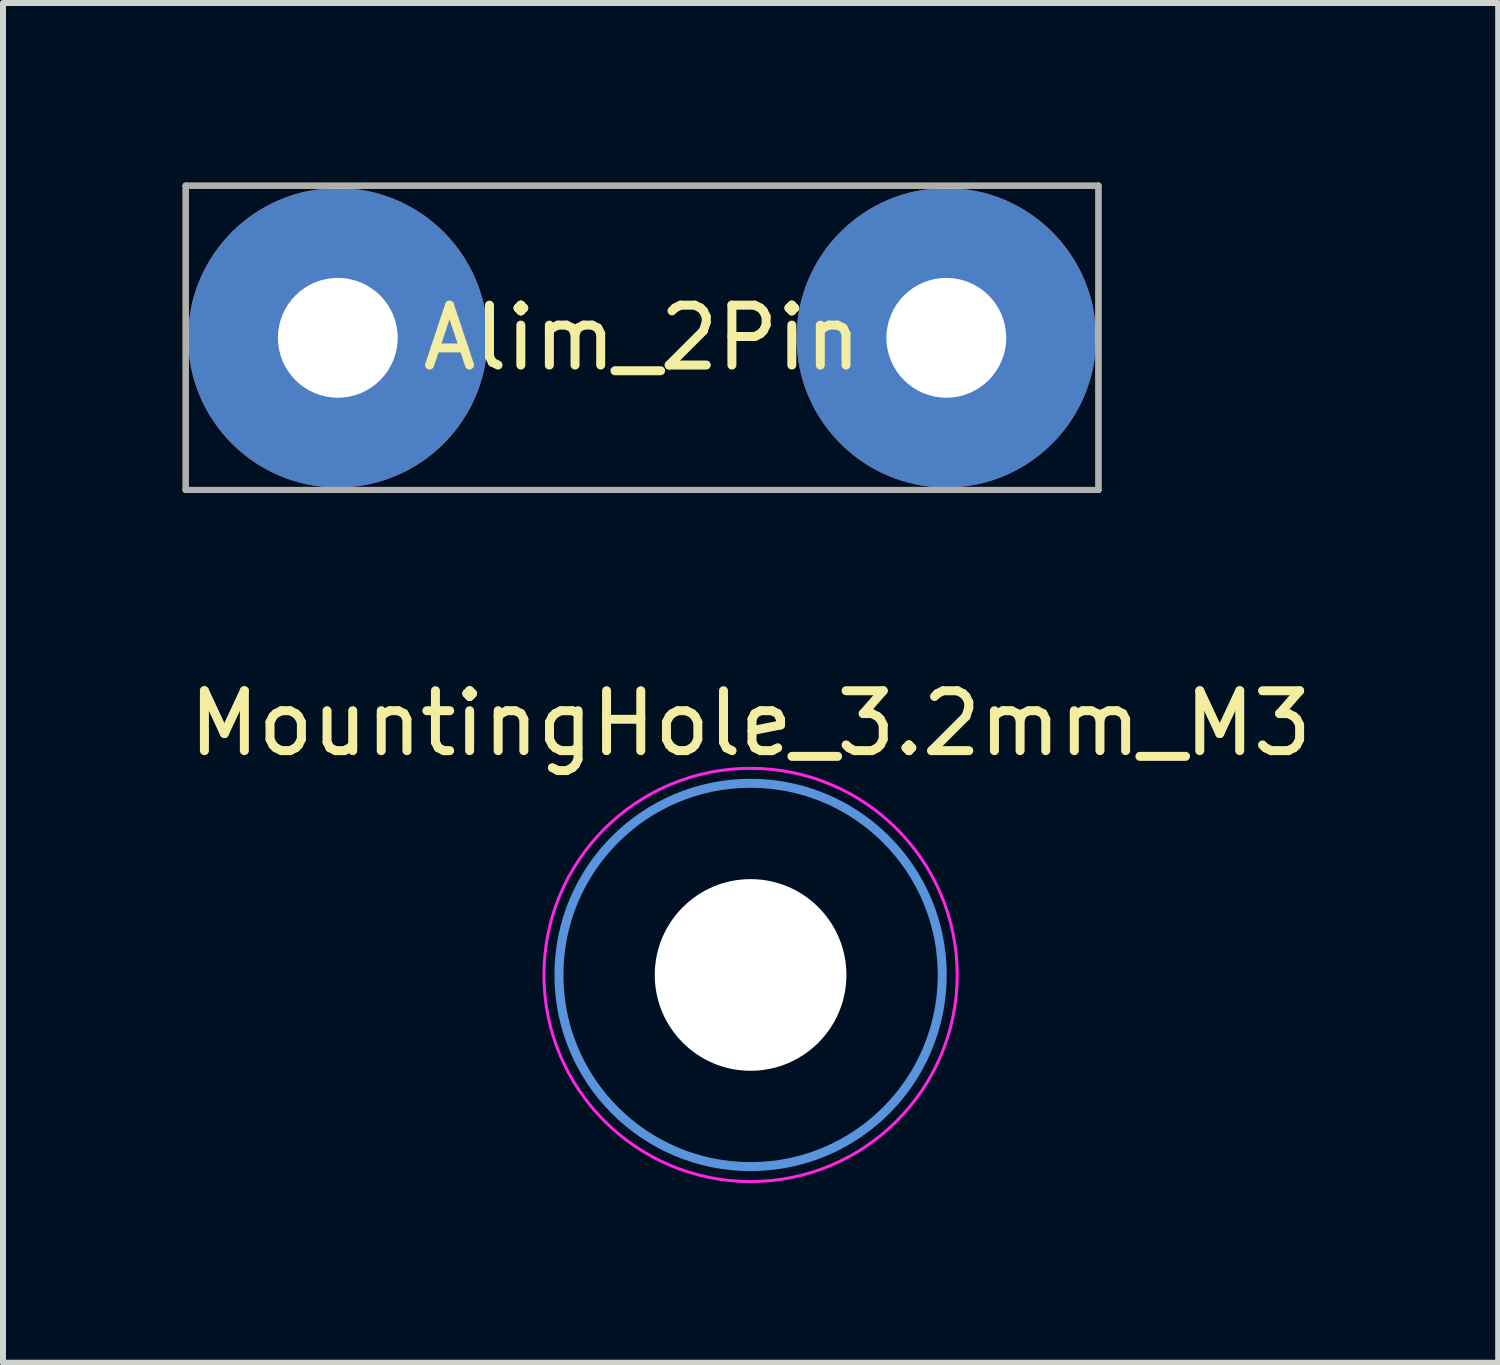
<source format=kicad_pcb>
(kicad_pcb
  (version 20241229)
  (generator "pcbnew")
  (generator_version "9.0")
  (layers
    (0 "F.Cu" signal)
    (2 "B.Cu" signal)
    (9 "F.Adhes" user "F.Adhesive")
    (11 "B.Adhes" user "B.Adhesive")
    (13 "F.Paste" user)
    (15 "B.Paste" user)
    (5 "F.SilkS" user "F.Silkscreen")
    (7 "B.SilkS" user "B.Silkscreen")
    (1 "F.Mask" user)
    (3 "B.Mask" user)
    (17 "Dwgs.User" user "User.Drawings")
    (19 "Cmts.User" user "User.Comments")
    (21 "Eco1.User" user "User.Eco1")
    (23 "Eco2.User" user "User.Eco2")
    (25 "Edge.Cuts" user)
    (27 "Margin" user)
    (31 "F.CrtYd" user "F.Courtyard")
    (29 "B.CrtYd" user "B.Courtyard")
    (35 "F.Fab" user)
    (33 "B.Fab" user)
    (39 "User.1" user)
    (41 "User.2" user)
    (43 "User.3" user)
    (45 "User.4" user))
  (footprint "Alim_2Pin"
    (layer "F.Cu")
    (at 7.67 2.59)
    (property "Reference" "Alim_2Pin" (at 0 0 0) (layer "F.SilkS") (effects (font (size 1 1) (thickness 0.15))))
    (attr through_hole)
    (fp_line (start -7.62 -2.54) (end -7.62 2.54) (stroke (width 0.1) (type solid)) (layer "F.SilkS"))
    (fp_line (start -7.62 2.54) (end 7.62 2.54) (stroke (width 0.1) (type solid)) (layer "F.SilkS"))
    (fp_line (start 7.62 -2.54) (end -7.62 -2.54) (stroke (width 0.1) (type solid)) (layer "F.SilkS"))
    (fp_line (start 7.62 2.54) (end 7.62 -2.54) (stroke (width 0.1) (type solid)) (layer "F.SilkS"))
    (fp_line (start -7.62 -2.54) (end -7.62 2.54) (stroke (width 0.1) (type solid)) (layer "F.Fab"))
    (fp_line (start -7.62 2.54) (end 7.62 2.54) (stroke (width 0.1) (type solid)) (layer "F.Fab"))
    (fp_line (start 7.62 -2.54) (end -7.62 -2.54) (stroke (width 0.1) (type solid)) (layer "F.Fab"))
    (fp_line (start 7.62 2.54) (end 7.62 -2.54) (stroke (width 0.1) (type solid)) (layer "F.Fab"))
    (pad "1" thru_hole circle (at -5.08 0) (size 5 5) (drill 2) (layers "*.Cu" "*.Mask"))
    (pad "2" thru_hole circle (at 5.08 0) (size 5 5) (drill 2) (layers "*.Cu" "*.Mask")))
  (footprint "MountingHole_3.2mm_M3"
    (layer "F.Cu")
    (at 9.482 13.228)
    (property "Reference" "MountingHole_3.2mm_M3" (at 0 -4.2 0) (layer "F.SilkS") (effects (font (size 1 1) (thickness 0.15))))
    (attr through_hole)
    (fp_circle (center 0 0) (end 3.2 0) (stroke (width 0.15) (type solid)) (fill no) (layer "Cmts.User"))
    (fp_circle (center 0 0) (end 3.45 0) (stroke (width 0.05) (type solid)) (fill no) (layer "F.CrtYd"))
    (pad "" np_thru_hole circle (at 0 0) (size 3.2 3.2) (drill 3.2) (layers "*.Cu" "*.Mask")))
  (gr_rect
    (start -3 -3)
    (end 21.964 19.703)
    (stroke (width 0.1) (type default))
    (fill no)
    (layer "Edge.Cuts")))
</source>
